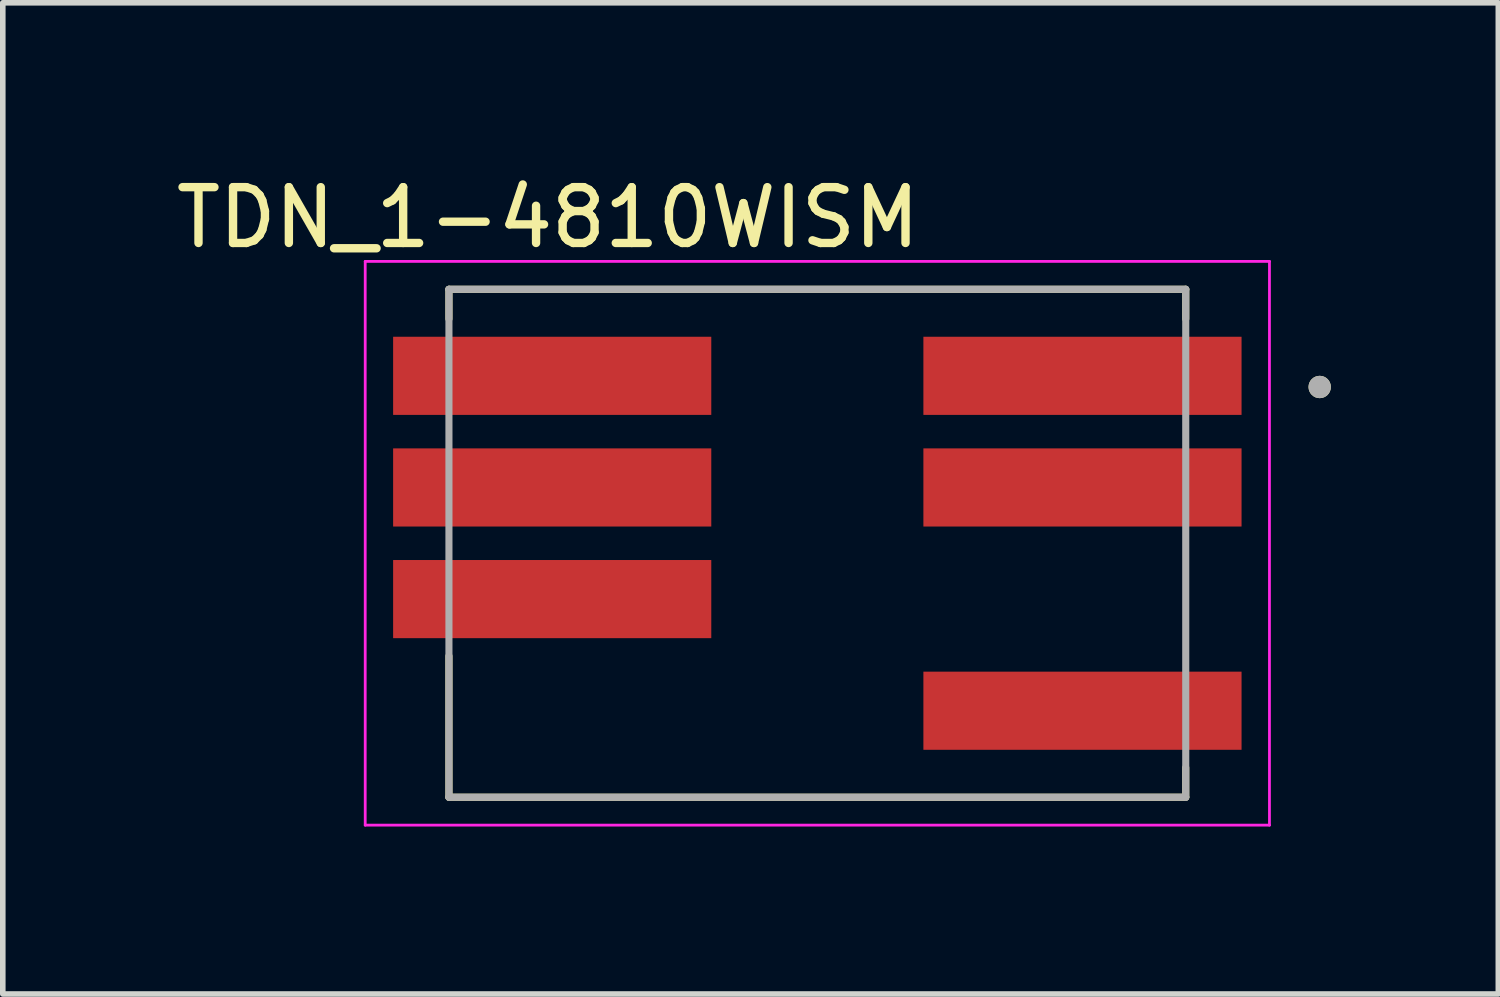
<source format=kicad_pcb>
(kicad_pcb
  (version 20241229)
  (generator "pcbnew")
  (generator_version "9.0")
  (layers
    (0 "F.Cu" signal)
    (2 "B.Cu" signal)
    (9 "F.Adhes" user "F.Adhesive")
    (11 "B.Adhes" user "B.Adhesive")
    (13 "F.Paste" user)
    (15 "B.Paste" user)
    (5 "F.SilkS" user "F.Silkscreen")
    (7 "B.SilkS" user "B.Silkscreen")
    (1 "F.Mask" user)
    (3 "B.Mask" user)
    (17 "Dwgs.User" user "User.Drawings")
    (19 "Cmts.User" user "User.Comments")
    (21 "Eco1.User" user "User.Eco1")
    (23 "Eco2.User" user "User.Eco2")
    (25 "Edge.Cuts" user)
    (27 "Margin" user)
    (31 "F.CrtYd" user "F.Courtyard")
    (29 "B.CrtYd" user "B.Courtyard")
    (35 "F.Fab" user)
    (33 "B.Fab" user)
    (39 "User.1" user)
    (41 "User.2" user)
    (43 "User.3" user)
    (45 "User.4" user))
  (footprint "TDN_1-4810WISM"
    (layer "F.Cu")
    (at 11.593 6.683)
    (property "Reference" "TDN_1-4810WISM" (at -4.825 -5.835 0) (layer "F.SilkS") (effects (font (size 1 1) (thickness 0.15))))
    (attr smd)
    (fp_line (start -6.6 -4.55) (end -6.6 -4.02) (stroke (width 0.127) (type solid)) (layer "F.SilkS"))
    (fp_line (start -6.6 2.02) (end -6.6 4.55) (stroke (width 0.127) (type solid)) (layer "F.SilkS"))
    (fp_line (start -6.6 4.55) (end 6.6 4.55) (stroke (width 0.127) (type solid)) (layer "F.SilkS"))
    (fp_line (start 6.6 -4.55) (end -6.6 -4.55) (stroke (width 0.127) (type solid)) (layer "F.SilkS"))
    (fp_line (start 6.6 -4.02) (end 6.6 -4.55) (stroke (width 0.127) (type solid)) (layer "F.SilkS"))
    (fp_line (start 6.6 4.55) (end 6.6 4.02) (stroke (width 0.127) (type solid)) (layer "F.SilkS"))
    (fp_circle (center 9 -2.8) (end 9.1 -2.8) (stroke (width 0.2) (type solid)) (fill no) (layer "F.SilkS"))
    (fp_line (start -8.1 -5.05) (end 8.1 -5.05) (stroke (width 0.05) (type solid)) (layer "F.CrtYd"))
    (fp_line (start -8.1 5.05) (end -8.1 -5.05) (stroke (width 0.05) (type solid)) (layer "F.CrtYd"))
    (fp_line (start -8.1 5.05) (end 8.1 5.05) (stroke (width 0.05) (type solid)) (layer "F.CrtYd"))
    (fp_line (start 8.1 5.05) (end 8.1 -5.05) (stroke (width 0.05) (type solid)) (layer "F.CrtYd"))
    (fp_line (start -6.6 4.55) (end -6.6 -4.55) (stroke (width 0.127) (type solid)) (layer "F.Fab"))
    (fp_line (start 6.6 -4.55) (end -6.6 -4.55) (stroke (width 0.127) (type solid)) (layer "F.Fab"))
    (fp_line (start 6.6 4.55) (end -6.6 4.55) (stroke (width 0.127) (type solid)) (layer "F.Fab"))
    (fp_line (start 6.6 4.55) (end 6.6 -4.55) (stroke (width 0.127) (type solid)) (layer "F.Fab"))
    (fp_circle (center 9 -2.8) (end 9.1 -2.8) (stroke (width 0.2) (type solid)) (fill no) (layer "F.Fab"))
    (pad "1" smd rect (at 4.75 -3) (size 5.7 1.4) (layers "F.Cu" "F.Mask" "F.Paste"))
    (pad "2" smd rect (at 4.75 -1) (size 5.7 1.4) (layers "F.Cu" "F.Mask" "F.Paste"))
    (pad "4" smd rect (at 4.75 3) (size 5.7 1.4) (layers "F.Cu" "F.Mask" "F.Paste"))
    (pad "5" smd rect (at -4.75 -3) (size 5.7 1.4) (layers "F.Cu" "F.Mask" "F.Paste"))
    (pad "6" smd rect (at -4.75 -1) (size 5.7 1.4) (layers "F.Cu" "F.Mask" "F.Paste"))
    (pad "7" smd rect (at -4.75 1) (size 5.7 1.4) (layers "F.Cu" "F.Mask" "F.Paste")))
  (gr_rect
    (start -3 -3)
    (end 23.793 14.758)
    (stroke (width 0.1) (type default))
    (fill no)
    (layer "Edge.Cuts")))
</source>
